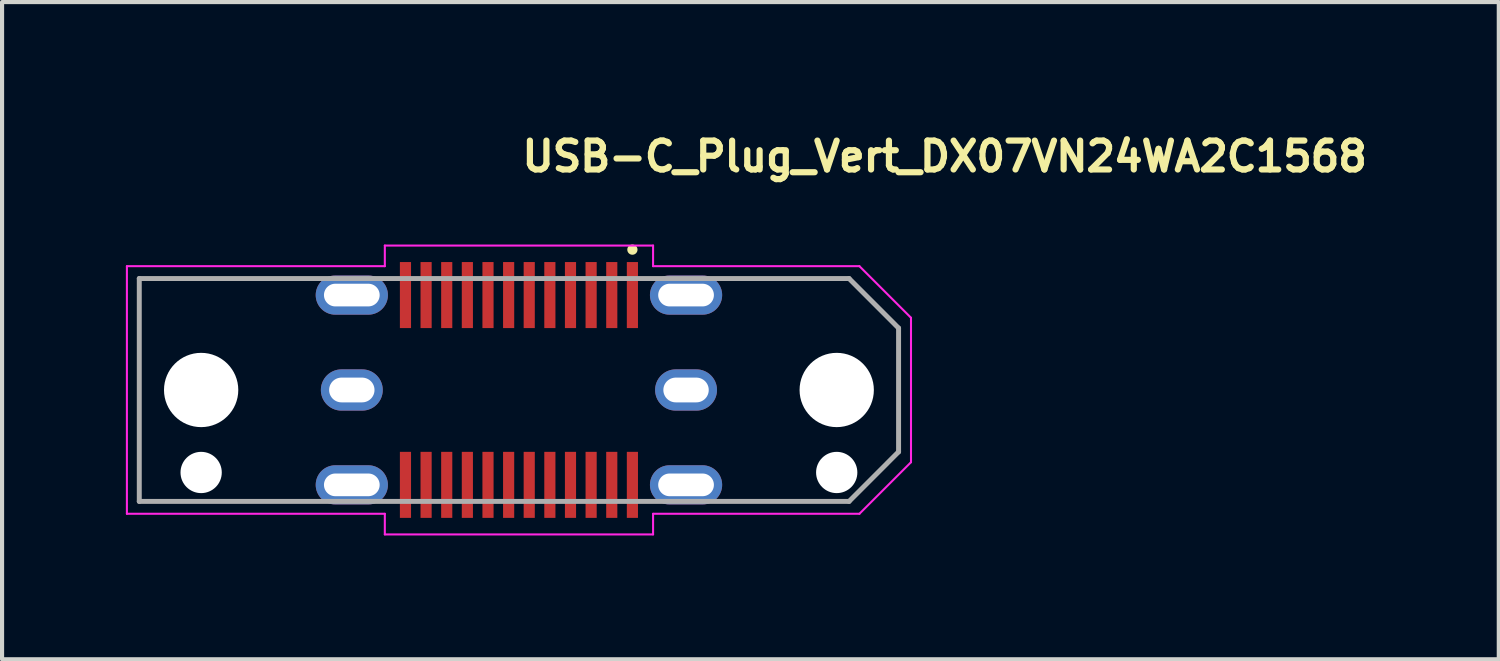
<source format=kicad_pcb>
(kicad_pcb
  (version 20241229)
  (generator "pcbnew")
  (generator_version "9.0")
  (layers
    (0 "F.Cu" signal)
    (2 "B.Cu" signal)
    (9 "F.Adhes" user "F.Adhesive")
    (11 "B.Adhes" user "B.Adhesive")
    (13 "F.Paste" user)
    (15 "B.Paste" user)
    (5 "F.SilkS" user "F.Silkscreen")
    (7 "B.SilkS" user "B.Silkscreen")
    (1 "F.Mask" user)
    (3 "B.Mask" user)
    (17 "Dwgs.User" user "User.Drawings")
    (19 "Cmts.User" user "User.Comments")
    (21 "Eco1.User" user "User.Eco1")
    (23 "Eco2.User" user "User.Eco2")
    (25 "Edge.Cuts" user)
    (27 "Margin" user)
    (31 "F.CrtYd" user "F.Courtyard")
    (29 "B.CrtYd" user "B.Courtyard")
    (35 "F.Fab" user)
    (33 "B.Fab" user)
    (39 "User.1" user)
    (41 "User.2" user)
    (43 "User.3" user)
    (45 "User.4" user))
  (footprint "USB-C_Plug_Vert_DX07VN24WA2C1568"
    (layer "F.Cu")
    (at 9.525 6.4)
    (property "Reference" "USB-C_Plug_Vert_DX07VN24WA2C1568" (at 0 -5.25 0) (unlocked yes) (layer "F.SilkS") (effects (font (size 0.7 0.7) (thickness 0.15)) (justify left bottom)))
    (attr smd)
    (fp_circle (center 2.749 -3.401) (end 2.798 -3.401) (stroke (width 0.15) (type solid)) (fill yes) (layer "F.SilkS"))
    (fp_line (start -9.5 -3) (end -3.25 -3) (stroke (width 0.05) (type solid)) (layer "F.CrtYd"))
    (fp_line (start -9.5 3) (end -9.5 -3) (stroke (width 0.05) (type solid)) (layer "F.CrtYd"))
    (fp_line (start -3.25 -3.5) (end 3.25 -3.5) (stroke (width 0.05) (type solid)) (layer "F.CrtYd"))
    (fp_line (start -3.25 -3) (end -3.25 -3.5) (stroke (width 0.05) (type solid)) (layer "F.CrtYd"))
    (fp_line (start -3.25 3) (end -9.5 3) (stroke (width 0.05) (type solid)) (layer "F.CrtYd"))
    (fp_line (start -3.25 3.5) (end -3.25 3) (stroke (width 0.05) (type solid)) (layer "F.CrtYd"))
    (fp_line (start 3.25 -3.5) (end 3.25 -3) (stroke (width 0.05) (type solid)) (layer "F.CrtYd"))
    (fp_line (start 3.25 -3) (end 8.25 -3) (stroke (width 0.05) (type solid)) (layer "F.CrtYd"))
    (fp_line (start 3.25 3) (end 3.25 3.5) (stroke (width 0.05) (type solid)) (layer "F.CrtYd"))
    (fp_line (start 3.25 3.5) (end -3.25 3.5) (stroke (width 0.05) (type solid)) (layer "F.CrtYd"))
    (fp_line (start 8.25 -3) (end 9.5 -1.75) (stroke (width 0.05) (type solid)) (layer "F.CrtYd"))
    (fp_line (start 8.25 3) (end 3.25 3) (stroke (width 0.05) (type solid)) (layer "F.CrtYd"))
    (fp_line (start 9.5 -1.75) (end 9.5 1.75) (stroke (width 0.05) (type solid)) (layer "F.CrtYd"))
    (fp_line (start 9.5 1.75) (end 8.25 3) (stroke (width 0.05) (type solid)) (layer "F.CrtYd"))
    (fp_line (start -9.2 -2.701) (end -9.2 2.7) (stroke (width 0.12) (type solid)) (layer "F.Fab"))
    (fp_line (start -9.2 2.7) (end 7.999 2.7) (stroke (width 0.12) (type solid)) (layer "F.Fab"))
    (fp_line (start 7.999 -2.701) (end -9.2 -2.701) (stroke (width 0.12) (type solid)) (layer "F.Fab"))
    (fp_line (start 7.999 2.7) (end 9.199 1.499) (stroke (width 0.12) (type solid)) (layer "F.Fab"))
    (fp_line (start 9.199 -1.5) (end 7.999 -2.701) (stroke (width 0.12) (type solid)) (layer "F.Fab"))
    (fp_line (start 9.199 1.499) (end 9.199 -1.5) (stroke (width 0.12) (type solid)) (layer "F.Fab"))
    (fp_line (start -2.925 -1.2) (end 2.924 -1.2) (stroke (width 0.12) (type solid)) (layer "User.1"))
    (fp_line (start -2.925 1.199) (end 2.924 1.199) (stroke (width 0.12) (type solid)) (layer "User.1"))
    (fp_arc (start -2.925 1.199) (mid -4.125 0) (end -2.925 -1.2) (stroke (width 0.12) (type solid)) (layer "User.1"))
    (fp_arc (start 2.924 -1.2) (mid 4.124 0) (end 2.924 1.199) (stroke (width 0.12) (type solid)) (layer "User.1"))
    (pad "" np_thru_hole circle (at -7.701 0 180) (size 1.8 1.8) (drill 1.8) (layers "*.Cu" "*.Mask"))
    (pad "" np_thru_hole circle (at -7.701 1.999 180) (size 1 1) (drill 1) (layers "*.Cu" "*.Mask"))
    (pad "" np_thru_hole circle (at 7.7 0) (size 1.8 1.8) (drill 1.8) (layers "*.Cu" "*.Mask"))
    (pad "" np_thru_hole circle (at 7.7 1.999) (size 1 1) (drill 1) (layers "*.Cu" "*.Mask"))
    (pad "A1" smd rect (at 2.749 -2.3) (size 0.27 1.6) (layers "F.Cu" "F.Mask" "F.Paste"))
    (pad "A2" smd rect (at 2.249 -2.3) (size 0.27 1.6) (layers "F.Cu" "F.Mask" "F.Paste"))
    (pad "A3" smd rect (at 1.749 -2.3) (size 0.27 1.6) (layers "F.Cu" "F.Mask" "F.Paste"))
    (pad "A4" smd rect (at 1.249 -2.3) (size 0.27 1.6) (layers "F.Cu" "F.Mask" "F.Paste"))
    (pad "A5" smd rect (at 0.749 -2.3) (size 0.27 1.6) (layers "F.Cu" "F.Mask" "F.Paste"))
    (pad "A6" smd rect (at 0.249 -2.3) (size 0.27 1.6) (layers "F.Cu" "F.Mask" "F.Paste"))
    (pad "A7" smd rect (at -0.25 -2.3) (size 0.27 1.6) (layers "F.Cu" "F.Mask" "F.Paste"))
    (pad "A8" smd rect (at -0.75 -2.3) (size 0.27 1.6) (layers "F.Cu" "F.Mask" "F.Paste"))
    (pad "A9" smd rect (at -1.25 -2.3) (size 0.27 1.6) (layers "F.Cu" "F.Mask" "F.Paste"))
    (pad "A10" smd rect (at -1.75 -2.3) (size 0.27 1.6) (layers "F.Cu" "F.Mask" "F.Paste"))
    (pad "A11" smd rect (at -2.25 -2.3) (size 0.27 1.6) (layers "F.Cu" "F.Mask" "F.Paste"))
    (pad "A12" smd rect (at -2.75 -2.3) (size 0.27 1.6) (layers "F.Cu" "F.Mask" "F.Paste"))
    (pad "B1" smd rect (at -2.75 2.299 180) (size 0.27 1.6) (layers "F.Cu" "F.Mask" "F.Paste"))
    (pad "B2" smd rect (at -2.25 2.299 180) (size 0.27 1.6) (layers "F.Cu" "F.Mask" "F.Paste"))
    (pad "B3" smd rect (at -1.75 2.299 180) (size 0.27 1.6) (layers "F.Cu" "F.Mask" "F.Paste"))
    (pad "B4" smd rect (at -1.25 2.299 180) (size 0.27 1.6) (layers "F.Cu" "F.Mask" "F.Paste"))
    (pad "B5" smd rect (at -0.75 2.299 180) (size 0.27 1.6) (layers "F.Cu" "F.Mask" "F.Paste"))
    (pad "B6" smd rect (at -0.25 2.299 180) (size 0.27 1.6) (layers "F.Cu" "F.Mask" "F.Paste"))
    (pad "B7" smd rect (at 0.249 2.299 180) (size 0.27 1.6) (layers "F.Cu" "F.Mask" "F.Paste"))
    (pad "B8" smd rect (at 0.749 2.299 180) (size 0.27 1.6) (layers "F.Cu" "F.Mask" "F.Paste"))
    (pad "B9" smd rect (at 1.249 2.299 180) (size 0.27 1.6) (layers "F.Cu" "F.Mask" "F.Paste"))
    (pad "B10" smd rect (at 1.749 2.299 180) (size 0.27 1.6) (layers "F.Cu" "F.Mask" "F.Paste"))
    (pad "B11" smd rect (at 2.249 2.299 180) (size 0.27 1.6) (layers "F.Cu" "F.Mask" "F.Paste"))
    (pad "B12" smd rect (at 2.749 2.299 180) (size 0.27 1.6) (layers "F.Cu" "F.Mask" "F.Paste"))
    (pad "SH" thru_hole oval (at -4.05 -2.3 180) (size 1.75 0.95) (drill oval 1.35 0.55) (layers "*.Cu" "*.Mask"))
    (pad "SH" thru_hole oval (at -4.05 0 180) (size 1.5 1) (drill oval 1.1 0.6) (layers "*.Cu" "*.Mask"))
    (pad "SH" thru_hole oval (at -4.05 2.299 180) (size 1.75 0.95) (drill oval 1.35 0.55) (layers "*.Cu" "*.Mask"))
    (pad "SH" thru_hole oval (at 4.049 -2.3) (size 1.75 0.95) (drill oval 1.35 0.55) (layers "*.Cu" "*.Mask"))
    (pad "SH" thru_hole oval (at 4.049 0) (size 1.5 1) (drill oval 1.1 0.6) (layers "*.Cu" "*.Mask"))
    (pad "SH" thru_hole oval (at 4.049 2.299) (size 1.75 0.95) (drill oval 1.35 0.55) (layers "*.Cu" "*.Mask")))
  (gr_rect
    (start -3 -3)
    (end 33.268 12.925)
    (stroke (width 0.1) (type default))
    (fill no)
    (layer "Edge.Cuts")))
</source>
